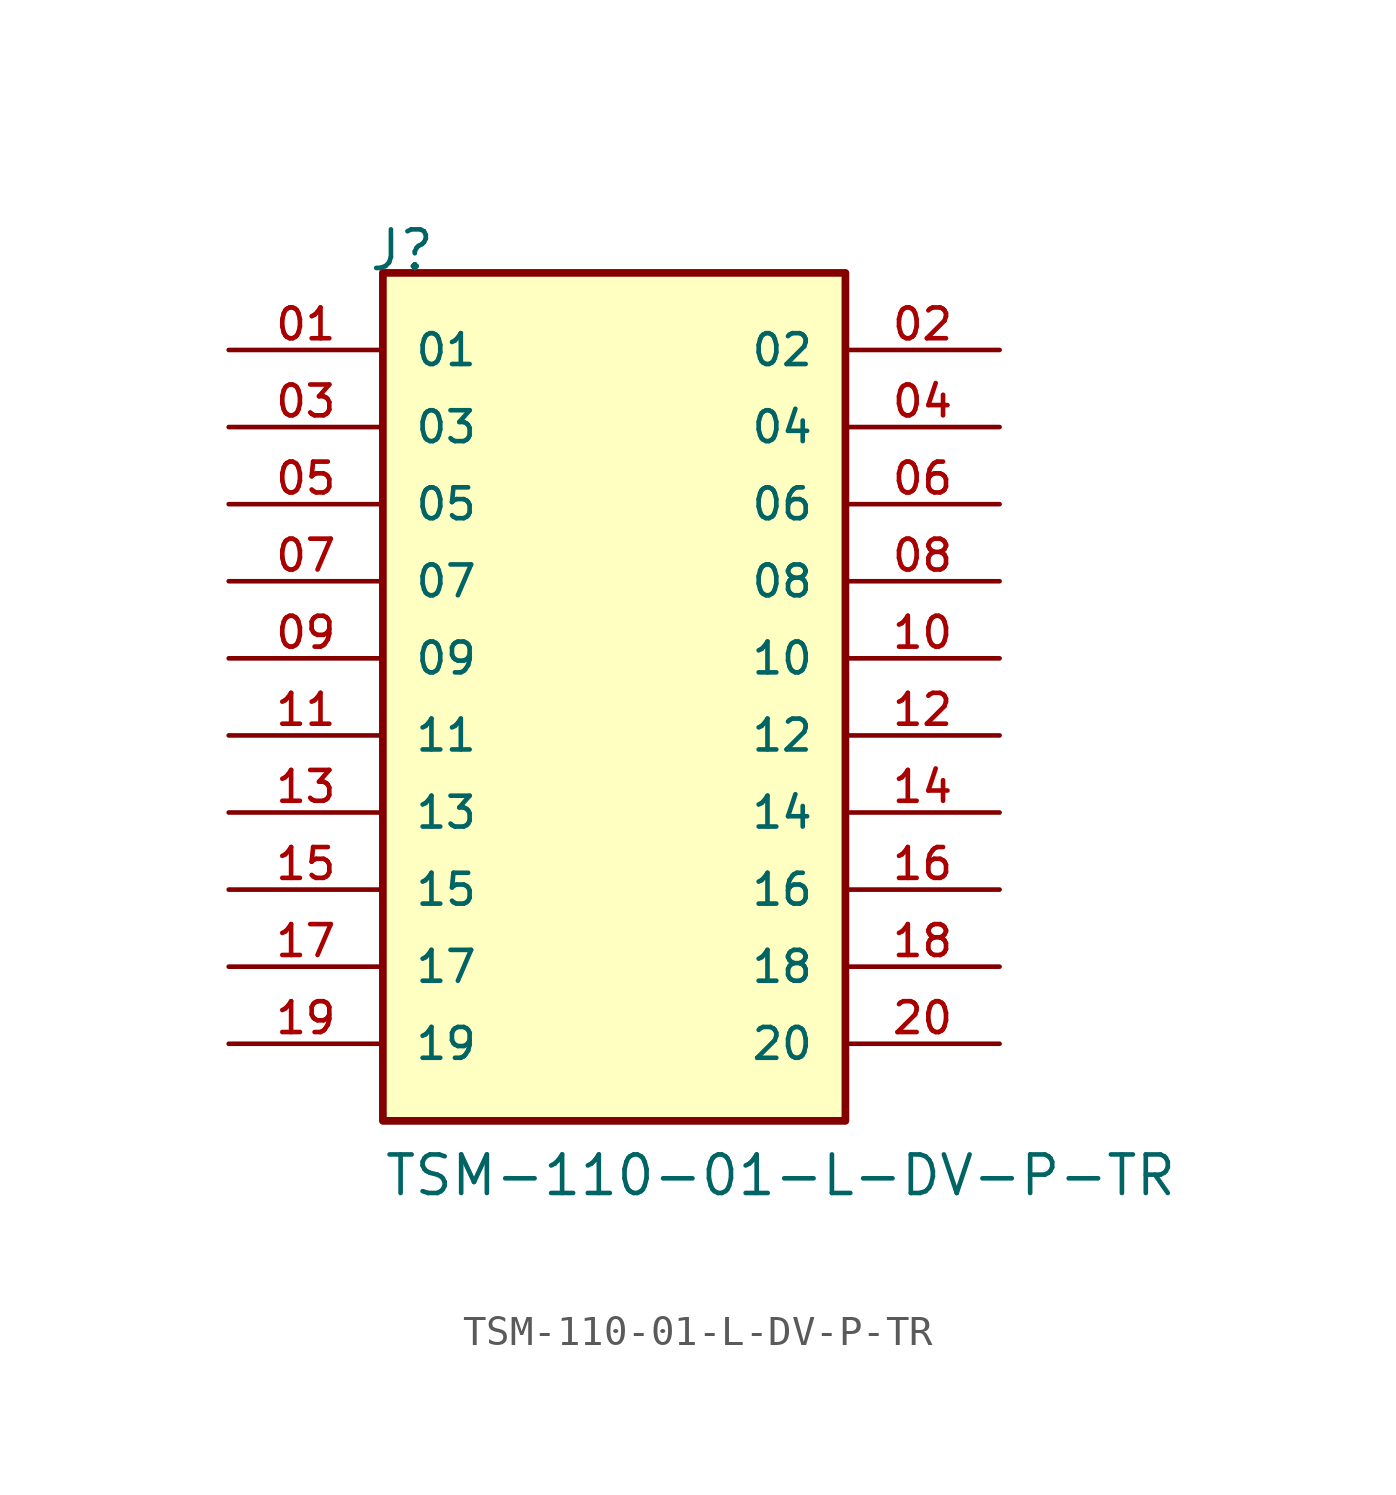
<source format=kicad_sym>
(kicad_symbol_lib
  (version 20211014)
  (generator kicad_symbol_editor)
  (symbol "TSM-110-01-L-DV-P-TR"
    (pin_names
      (offset 1.016))
    (property "Reference" "J"
      (at -8.12 15.24 0)
      (effects (font (size 1.27 1.27)) (justify bottom left)))
    (property "Value" "TSM-110-01-L-DV-P-TR"
      (at -7.62 -15.24 0)
      (effects (font (size 1.27 1.27)) (justify bottom left)))
    (symbol "TSM-110-01-L-DV-P-TR_0_0"
      (rectangle (start -7.62 -12.7) (end 7.62 15.24) (stroke (width 0.254)) (fill (type background)))
      (pin passive line (at -12.7 12.7 0) (length 5.08) (name "01" (effects (font (size 1.016 1.016)))) (number "01" (effects (font (size 1.016 1.016)))))
      (pin passive line (at 12.7 12.7 180.0) (length 5.08) (name "02" (effects (font (size 1.016 1.016)))) (number "02" (effects (font (size 1.016 1.016)))))
      (pin passive line (at -12.7 10.16 0) (length 5.08) (name "03" (effects (font (size 1.016 1.016)))) (number "03" (effects (font (size 1.016 1.016)))))
      (pin passive line (at 12.7 10.16 180.0) (length 5.08) (name "04" (effects (font (size 1.016 1.016)))) (number "04" (effects (font (size 1.016 1.016)))))
      (pin passive line (at -12.7 7.62 0) (length 5.08) (name "05" (effects (font (size 1.016 1.016)))) (number "05" (effects (font (size 1.016 1.016)))))
      (pin passive line (at 12.7 7.62 180.0) (length 5.08) (name "06" (effects (font (size 1.016 1.016)))) (number "06" (effects (font (size 1.016 1.016)))))
      (pin passive line (at -12.7 5.08 0) (length 5.08) (name "07" (effects (font (size 1.016 1.016)))) (number "07" (effects (font (size 1.016 1.016)))))
      (pin passive line (at 12.7 5.08 180.0) (length 5.08) (name "08" (effects (font (size 1.016 1.016)))) (number "08" (effects (font (size 1.016 1.016)))))
      (pin passive line (at -12.7 2.54 0) (length 5.08) (name "09" (effects (font (size 1.016 1.016)))) (number "09" (effects (font (size 1.016 1.016)))))
      (pin passive line (at 12.7 2.54 180.0) (length 5.08) (name "10" (effects (font (size 1.016 1.016)))) (number "10" (effects (font (size 1.016 1.016)))))
      (pin passive line (at -12.7 0.0 0) (length 5.08) (name "11" (effects (font (size 1.016 1.016)))) (number "11" (effects (font (size 1.016 1.016)))))
      (pin passive line (at 12.7 0.0 180.0) (length 5.08) (name "12" (effects (font (size 1.016 1.016)))) (number "12" (effects (font (size 1.016 1.016)))))
      (pin passive line (at -12.7 -2.54 0) (length 5.08) (name "13" (effects (font (size 1.016 1.016)))) (number "13" (effects (font (size 1.016 1.016)))))
      (pin passive line (at 12.7 -2.54 180.0) (length 5.08) (name "14" (effects (font (size 1.016 1.016)))) (number "14" (effects (font (size 1.016 1.016)))))
      (pin passive line (at -12.7 -5.08 0) (length 5.08) (name "15" (effects (font (size 1.016 1.016)))) (number "15" (effects (font (size 1.016 1.016)))))
      (pin passive line (at 12.7 -5.08 180.0) (length 5.08) (name "16" (effects (font (size 1.016 1.016)))) (number "16" (effects (font (size 1.016 1.016)))))
      (pin passive line (at -12.7 -7.62 0) (length 5.08) (name "17" (effects (font (size 1.016 1.016)))) (number "17" (effects (font (size 1.016 1.016)))))
      (pin passive line (at 12.7 -7.62 180.0) (length 5.08) (name "18" (effects (font (size 1.016 1.016)))) (number "18" (effects (font (size 1.016 1.016)))))
      (pin passive line (at -12.7 -10.16 0) (length 5.08) (name "19" (effects (font (size 1.016 1.016)))) (number "19" (effects (font (size 1.016 1.016)))))
      (pin passive line (at 12.7 -10.16 180.0) (length 5.08) (name "20" (effects (font (size 1.016 1.016)))) (number "20" (effects (font (size 1.016 1.016))))))))
</source>
